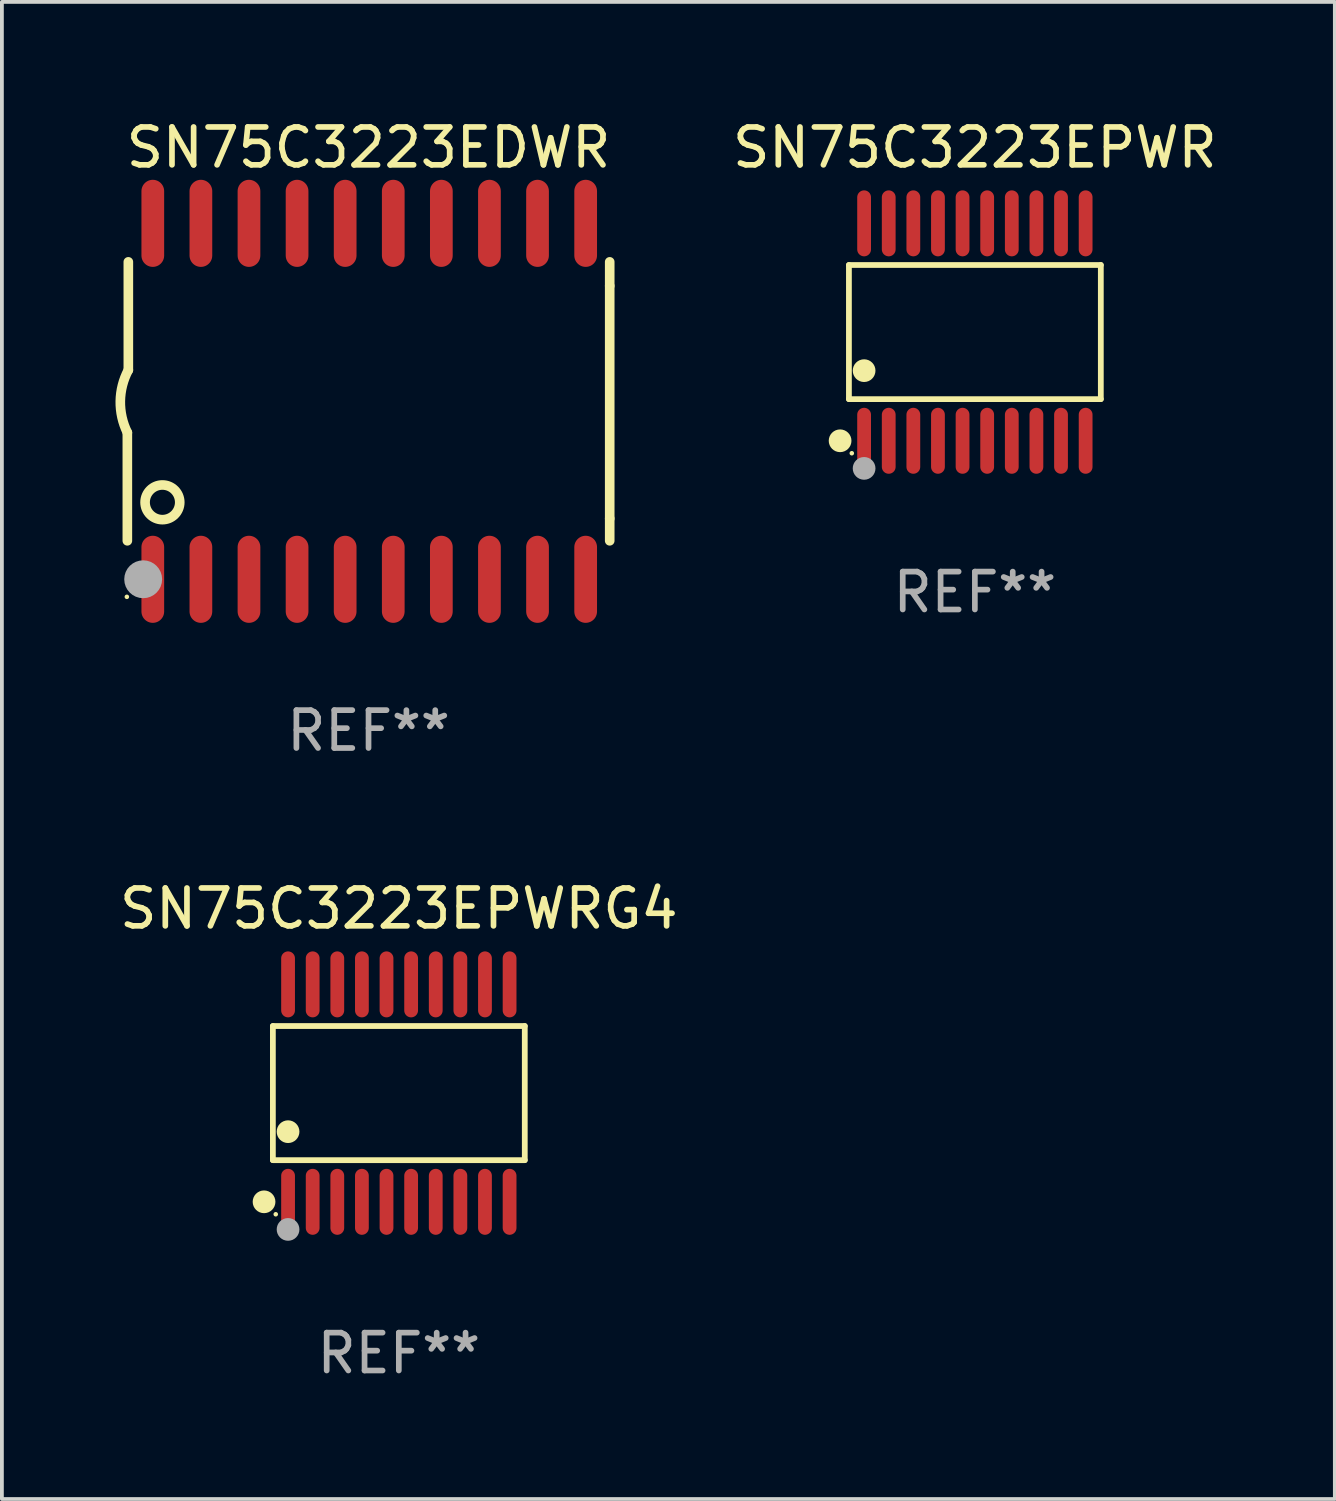
<source format=kicad_pcb>
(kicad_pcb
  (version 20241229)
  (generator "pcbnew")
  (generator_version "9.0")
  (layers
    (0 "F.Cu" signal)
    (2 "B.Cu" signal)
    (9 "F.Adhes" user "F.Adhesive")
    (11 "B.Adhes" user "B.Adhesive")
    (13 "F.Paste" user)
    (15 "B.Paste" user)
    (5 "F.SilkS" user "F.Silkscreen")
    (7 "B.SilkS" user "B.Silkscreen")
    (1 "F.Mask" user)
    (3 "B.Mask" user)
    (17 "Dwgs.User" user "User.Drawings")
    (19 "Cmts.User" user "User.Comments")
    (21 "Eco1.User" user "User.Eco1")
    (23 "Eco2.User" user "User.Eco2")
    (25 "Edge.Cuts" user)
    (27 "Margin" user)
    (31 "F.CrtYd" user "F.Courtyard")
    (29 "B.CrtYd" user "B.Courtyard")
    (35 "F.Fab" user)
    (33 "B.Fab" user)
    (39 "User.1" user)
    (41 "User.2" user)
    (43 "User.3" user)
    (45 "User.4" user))
  (footprint "SN75C3223EDWR"
    (layer "F.Cu")
    (at 6.682 7.548)
    (property "Reference" "SN75C3223EDWR" (at 0 -6.7 0) (layer "F.SilkS") (effects (font (size 1 1) (thickness 0.15))))
    (attr through_hole)
    (fp_line (start -6.369 0.826) (end -6.369 3.683) (stroke (width 0.254) (type solid)) (layer "F.SilkS"))
    (fp_line (start -6.343 -0.825) (end -6.343 -3.683) (stroke (width 0.254) (type solid)) (layer "F.SilkS"))
    (fp_line (start 6.369 -3.048) (end 6.369 -3.683) (stroke (width 0.254) (type solid)) (layer "F.SilkS"))
    (fp_line (start 6.369 -3.048) (end 6.369 3.096) (stroke (width 0.254) (type solid)) (layer "F.SilkS"))
    (fp_line (start 6.369 3.096) (end 6.369 3.683) (stroke (width 0.254) (type solid)) (layer "F.SilkS"))
    (fp_arc (start -6.36853 0.825552) (mid -6.554743 -0.00301) (end -6.343129 -0.825451) (stroke (width 0.254001) (type solid)) (layer "F.SilkS"))
    (fp_circle (center -6.382 5.163) (end -6.352 5.163) (stroke (width 0.06) (type solid)) (fill no) (layer "F.SilkS"))
    (fp_circle (center -5.443 2.667) (end -4.985 2.667) (stroke (width 0.254) (type solid)) (fill no) (layer "F.SilkS"))
    (fp_circle (center -5.951 4.699) (end -5.701 4.699) (stroke (width 0.5) (type solid)) (fill no) (layer "F.Fab"))
    (fp_text user "REF**" (at 0 8.7 0) (layer "F.Fab") (effects (font (size 1 1) (thickness 0.15))))
    (pad "1" smd oval (at -5.697 4.7 180) (size 0.6 2.3) (layers "F.Cu" "F.Mask" "F.Paste"))
    (pad "2" smd oval (at -4.427 4.7 180) (size 0.6 2.3) (layers "F.Cu" "F.Mask" "F.Paste"))
    (pad "3" smd oval (at -3.157 4.7 180) (size 0.6 2.3) (layers "F.Cu" "F.Mask" "F.Paste"))
    (pad "4" smd oval (at -1.887 4.7 180) (size 0.6 2.3) (layers "F.Cu" "F.Mask" "F.Paste"))
    (pad "5" smd oval (at -0.617 4.7 180) (size 0.6 2.3) (layers "F.Cu" "F.Mask" "F.Paste"))
    (pad "6" smd oval (at 0.653 4.7 180) (size 0.6 2.3) (layers "F.Cu" "F.Mask" "F.Paste"))
    (pad "7" smd oval (at 1.923 4.7 180) (size 0.6 2.3) (layers "F.Cu" "F.Mask" "F.Paste"))
    (pad "8" smd oval (at 3.193 4.7 180) (size 0.6 2.3) (layers "F.Cu" "F.Mask" "F.Paste"))
    (pad "9" smd oval (at 4.463 4.7 180) (size 0.6 2.3) (layers "F.Cu" "F.Mask" "F.Paste"))
    (pad "10" smd oval (at 5.734 4.7 180) (size 0.6 2.3) (layers "F.Cu" "F.Mask" "F.Paste"))
    (pad "11" smd oval (at 5.734 -4.7 180) (size 0.6 2.3) (layers "F.Cu" "F.Mask" "F.Paste"))
    (pad "12" smd oval (at 4.463 -4.7 180) (size 0.6 2.3) (layers "F.Cu" "F.Mask" "F.Paste"))
    (pad "13" smd oval (at 3.193 -4.7 180) (size 0.6 2.3) (layers "F.Cu" "F.Mask" "F.Paste"))
    (pad "14" smd oval (at 1.923 -4.7 180) (size 0.6 2.3) (layers "F.Cu" "F.Mask" "F.Paste"))
    (pad "15" smd oval (at 0.653 -4.7 180) (size 0.6 2.3) (layers "F.Cu" "F.Mask" "F.Paste"))
    (pad "16" smd oval (at -0.617 -4.7 180) (size 0.6 2.3) (layers "F.Cu" "F.Mask" "F.Paste"))
    (pad "17" smd oval (at -1.887 -4.7 180) (size 0.6 2.3) (layers "F.Cu" "F.Mask" "F.Paste"))
    (pad "18" smd oval (at -3.157 -4.7 180) (size 0.6 2.3) (layers "F.Cu" "F.Mask" "F.Paste"))
    (pad "19" smd oval (at -4.427 -4.7 180) (size 0.6 2.3) (layers "F.Cu" "F.Mask" "F.Paste"))
    (pad "20" smd oval (at -5.697 -4.7 180) (size 0.6 2.3) (layers "F.Cu" "F.Mask" "F.Paste")))
  (footprint "SN75C3223EPWR"
    (layer "F.Cu")
    (at 22.694 5.719)
    (property "Reference" "SN75C3223EPWR" (at 0 -4.871 0) (layer "F.SilkS") (effects (font (size 1 1) (thickness 0.15))))
    (attr through_hole)
    (fp_line (start -3.326 -1.771) (end 3.326 -1.771) (stroke (width 0.152) (type solid)) (layer "F.SilkS"))
    (fp_line (start -3.326 1.771) (end -3.326 -1.771) (stroke (width 0.152) (type solid)) (layer "F.SilkS"))
    (fp_line (start 3.326 -1.771) (end 3.326 1.771) (stroke (width 0.152) (type solid)) (layer "F.SilkS"))
    (fp_line (start 3.326 1.771) (end -3.326 1.771) (stroke (width 0.152) (type solid)) (layer "F.SilkS"))
    (fp_circle (center -3.559 2.871) (end -3.409 2.871) (stroke (width 0.3) (type solid)) (fill no) (layer "F.SilkS"))
    (fp_circle (center -3.25 3.2) (end -3.22 3.2) (stroke (width 0.06) (type solid)) (fill no) (layer "F.SilkS"))
    (fp_circle (center -2.925 1.019) (end -2.775 1.019) (stroke (width 0.3) (type solid)) (fill no) (layer "F.SilkS"))
    (fp_circle (center -2.925 3.6) (end -2.775 3.6) (stroke (width 0.3) (type solid)) (fill no) (layer "F.Fab"))
    (fp_text user "REF**" (at 0 6.871 0) (layer "F.Fab") (effects (font (size 1 1) (thickness 0.15))))
    (pad "1" smd oval (at -2.925 2.871) (size 0.364 1.742) (layers "F.Cu" "F.Mask" "F.Paste"))
    (pad "2" smd oval (at -2.275 2.871) (size 0.364 1.742) (layers "F.Cu" "F.Mask" "F.Paste"))
    (pad "3" smd oval (at -1.625 2.871) (size 0.364 1.742) (layers "F.Cu" "F.Mask" "F.Paste"))
    (pad "4" smd oval (at -0.975 2.871) (size 0.364 1.742) (layers "F.Cu" "F.Mask" "F.Paste"))
    (pad "5" smd oval (at -0.325 2.871) (size 0.364 1.742) (layers "F.Cu" "F.Mask" "F.Paste"))
    (pad "6" smd oval (at 0.325 2.871) (size 0.364 1.742) (layers "F.Cu" "F.Mask" "F.Paste"))
    (pad "7" smd oval (at 0.975 2.871) (size 0.364 1.742) (layers "F.Cu" "F.Mask" "F.Paste"))
    (pad "8" smd oval (at 1.625 2.871) (size 0.364 1.742) (layers "F.Cu" "F.Mask" "F.Paste"))
    (pad "9" smd oval (at 2.275 2.871) (size 0.364 1.742) (layers "F.Cu" "F.Mask" "F.Paste"))
    (pad "10" smd oval (at 2.925 2.871) (size 0.364 1.742) (layers "F.Cu" "F.Mask" "F.Paste"))
    (pad "11" smd oval (at 2.925 -2.871) (size 0.364 1.742) (layers "F.Cu" "F.Mask" "F.Paste"))
    (pad "12" smd oval (at 2.275 -2.871) (size 0.364 1.742) (layers "F.Cu" "F.Mask" "F.Paste"))
    (pad "13" smd oval (at 1.625 -2.871) (size 0.364 1.742) (layers "F.Cu" "F.Mask" "F.Paste"))
    (pad "14" smd oval (at 0.975 -2.871) (size 0.364 1.742) (layers "F.Cu" "F.Mask" "F.Paste"))
    (pad "15" smd oval (at 0.325 -2.871) (size 0.364 1.742) (layers "F.Cu" "F.Mask" "F.Paste"))
    (pad "16" smd oval (at -0.325 -2.871) (size 0.364 1.742) (layers "F.Cu" "F.Mask" "F.Paste"))
    (pad "17" smd oval (at -0.975 -2.871) (size 0.364 1.742) (layers "F.Cu" "F.Mask" "F.Paste"))
    (pad "18" smd oval (at -1.625 -2.871) (size 0.364 1.742) (layers "F.Cu" "F.Mask" "F.Paste"))
    (pad "19" smd oval (at -2.275 -2.871) (size 0.364 1.742) (layers "F.Cu" "F.Mask" "F.Paste"))
    (pad "20" smd oval (at -2.925 -2.871) (size 0.364 1.742) (layers "F.Cu" "F.Mask" "F.Paste")))
  (footprint "SN75C3223EPWRG4"
    (layer "F.Cu")
    (at 7.482 25.816)
    (property "Reference" "SN75C3223EPWRG4" (at 0 -4.871 0) (layer "F.SilkS") (effects (font (size 1 1) (thickness 0.15))))
    (attr through_hole)
    (fp_line (start -3.326 -1.771) (end 3.326 -1.771) (stroke (width 0.152) (type solid)) (layer "F.SilkS"))
    (fp_line (start -3.326 1.771) (end -3.326 -1.771) (stroke (width 0.152) (type solid)) (layer "F.SilkS"))
    (fp_line (start 3.326 -1.771) (end 3.326 1.771) (stroke (width 0.152) (type solid)) (layer "F.SilkS"))
    (fp_line (start 3.326 1.771) (end -3.326 1.771) (stroke (width 0.152) (type solid)) (layer "F.SilkS"))
    (fp_circle (center -3.559 2.871) (end -3.409 2.871) (stroke (width 0.3) (type solid)) (fill no) (layer "F.SilkS"))
    (fp_circle (center -3.25 3.2) (end -3.22 3.2) (stroke (width 0.06) (type solid)) (fill no) (layer "F.SilkS"))
    (fp_circle (center -2.925 1.019) (end -2.775 1.019) (stroke (width 0.3) (type solid)) (fill no) (layer "F.SilkS"))
    (fp_circle (center -2.925 3.6) (end -2.775 3.6) (stroke (width 0.3) (type solid)) (fill no) (layer "F.Fab"))
    (fp_text user "REF**" (at 0 6.871 0) (layer "F.Fab") (effects (font (size 1 1) (thickness 0.15))))
    (pad "1" smd oval (at -2.925 2.871) (size 0.364 1.742) (layers "F.Cu" "F.Mask" "F.Paste"))
    (pad "2" smd oval (at -2.275 2.871) (size 0.364 1.742) (layers "F.Cu" "F.Mask" "F.Paste"))
    (pad "3" smd oval (at -1.625 2.871) (size 0.364 1.742) (layers "F.Cu" "F.Mask" "F.Paste"))
    (pad "4" smd oval (at -0.975 2.871) (size 0.364 1.742) (layers "F.Cu" "F.Mask" "F.Paste"))
    (pad "5" smd oval (at -0.325 2.871) (size 0.364 1.742) (layers "F.Cu" "F.Mask" "F.Paste"))
    (pad "6" smd oval (at 0.325 2.871) (size 0.364 1.742) (layers "F.Cu" "F.Mask" "F.Paste"))
    (pad "7" smd oval (at 0.975 2.871) (size 0.364 1.742) (layers "F.Cu" "F.Mask" "F.Paste"))
    (pad "8" smd oval (at 1.625 2.871) (size 0.364 1.742) (layers "F.Cu" "F.Mask" "F.Paste"))
    (pad "9" smd oval (at 2.275 2.871) (size 0.364 1.742) (layers "F.Cu" "F.Mask" "F.Paste"))
    (pad "10" smd oval (at 2.925 2.871) (size 0.364 1.742) (layers "F.Cu" "F.Mask" "F.Paste"))
    (pad "11" smd oval (at 2.925 -2.871) (size 0.364 1.742) (layers "F.Cu" "F.Mask" "F.Paste"))
    (pad "12" smd oval (at 2.275 -2.871) (size 0.364 1.742) (layers "F.Cu" "F.Mask" "F.Paste"))
    (pad "13" smd oval (at 1.625 -2.871) (size 0.364 1.742) (layers "F.Cu" "F.Mask" "F.Paste"))
    (pad "14" smd oval (at 0.975 -2.871) (size 0.364 1.742) (layers "F.Cu" "F.Mask" "F.Paste"))
    (pad "15" smd oval (at 0.325 -2.871) (size 0.364 1.742) (layers "F.Cu" "F.Mask" "F.Paste"))
    (pad "16" smd oval (at -0.325 -2.871) (size 0.364 1.742) (layers "F.Cu" "F.Mask" "F.Paste"))
    (pad "17" smd oval (at -0.975 -2.871) (size 0.364 1.742) (layers "F.Cu" "F.Mask" "F.Paste"))
    (pad "18" smd oval (at -1.625 -2.871) (size 0.364 1.742) (layers "F.Cu" "F.Mask" "F.Paste"))
    (pad "19" smd oval (at -2.275 -2.871) (size 0.364 1.742) (layers "F.Cu" "F.Mask" "F.Paste"))
    (pad "20" smd oval (at -2.925 -2.871) (size 0.364 1.742) (layers "F.Cu" "F.Mask" "F.Paste")))
  (gr_rect
    (start -3 -3)
    (end 32.2 36.535)
    (stroke (width 0.1) (type default))
    (fill no)
    (layer "Edge.Cuts")))
</source>
